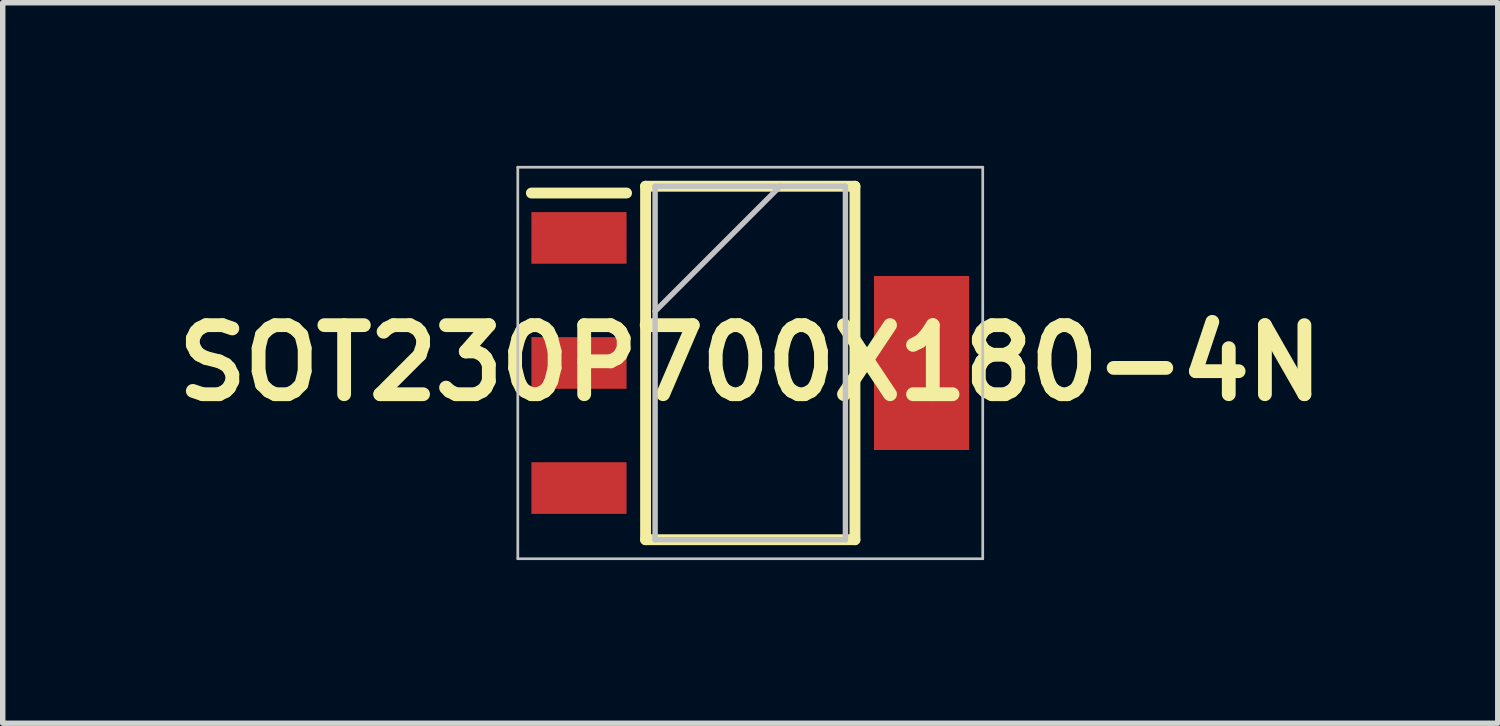
<source format=kicad_pcb>
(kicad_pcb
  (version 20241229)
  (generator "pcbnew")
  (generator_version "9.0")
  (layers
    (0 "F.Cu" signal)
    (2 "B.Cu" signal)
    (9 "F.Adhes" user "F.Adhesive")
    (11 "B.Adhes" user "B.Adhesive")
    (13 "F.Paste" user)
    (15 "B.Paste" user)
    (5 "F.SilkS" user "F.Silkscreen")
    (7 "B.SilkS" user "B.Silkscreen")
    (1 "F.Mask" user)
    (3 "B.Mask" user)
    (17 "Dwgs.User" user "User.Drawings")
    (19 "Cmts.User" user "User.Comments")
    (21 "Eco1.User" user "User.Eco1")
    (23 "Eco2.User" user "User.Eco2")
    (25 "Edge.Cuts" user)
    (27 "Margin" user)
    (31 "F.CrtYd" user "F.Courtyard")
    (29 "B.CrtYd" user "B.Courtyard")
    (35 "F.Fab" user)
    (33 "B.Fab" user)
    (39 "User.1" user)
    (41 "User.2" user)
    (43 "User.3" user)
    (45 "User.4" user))
  (footprint "SOT230P700X180-4N"
    (layer "F.Cu")
    (at 10.747 3.625)
    (property "Reference" "SOT230P700X180-4N" (at 0 0 0) (layer "F.SilkS") (effects (font (size 1.27 1.27) (thickness 0.254))))
    (attr smd)
    (fp_line (start -4.025 -3.125) (end -2.275 -3.125) (stroke (width 0.2) (type solid)) (layer "F.SilkS"))
    (fp_line (start -1.925 -3.25) (end 1.925 -3.25) (stroke (width 0.2) (type solid)) (layer "F.SilkS"))
    (fp_line (start -1.925 3.25) (end -1.925 -3.25) (stroke (width 0.2) (type solid)) (layer "F.SilkS"))
    (fp_line (start 1.925 -3.25) (end 1.925 3.25) (stroke (width 0.2) (type solid)) (layer "F.SilkS"))
    (fp_line (start 1.925 3.25) (end -1.925 3.25) (stroke (width 0.2) (type solid)) (layer "F.SilkS"))
    (fp_line (start -4.275 -3.6) (end 4.275 -3.6) (stroke (width 0.05) (type solid)) (layer "Dwgs.User"))
    (fp_line (start -4.275 3.6) (end -4.275 -3.6) (stroke (width 0.05) (type solid)) (layer "Dwgs.User"))
    (fp_line (start -1.75 -3.25) (end 1.75 -3.25) (stroke (width 0.1) (type solid)) (layer "Dwgs.User"))
    (fp_line (start -1.75 -0.95) (end 0.55 -3.25) (stroke (width 0.1) (type solid)) (layer "Dwgs.User"))
    (fp_line (start -1.75 3.25) (end -1.75 -3.25) (stroke (width 0.1) (type solid)) (layer "Dwgs.User"))
    (fp_line (start 1.75 -3.25) (end 1.75 3.25) (stroke (width 0.1) (type solid)) (layer "Dwgs.User"))
    (fp_line (start 1.75 3.25) (end -1.75 3.25) (stroke (width 0.1) (type solid)) (layer "Dwgs.User"))
    (fp_line (start 4.275 -3.6) (end 4.275 3.6) (stroke (width 0.05) (type solid)) (layer "Dwgs.User"))
    (fp_line (start 4.275 3.6) (end -4.275 3.6) (stroke (width 0.05) (type solid)) (layer "Dwgs.User"))
    (pad "1" smd rect (at -3.15 -2.3 90) (size 0.95 1.75) (layers "F.Cu" "F.Mask" "F.Paste"))
    (pad "2" smd rect (at -3.15 0 90) (size 0.95 1.75) (layers "F.Cu" "F.Mask" "F.Paste"))
    (pad "3" smd rect (at -3.15 2.3 90) (size 0.95 1.75) (layers "F.Cu" "F.Mask" "F.Paste"))
    (pad "4" smd rect (at 3.15 0) (size 1.75 3.2) (layers "F.Cu" "F.Mask" "F.Paste")))
  (gr_rect
    (start -3 -3)
    (end 24.493 10.25)
    (stroke (width 0.1) (type default))
    (fill no)
    (layer "Edge.Cuts")))
</source>
